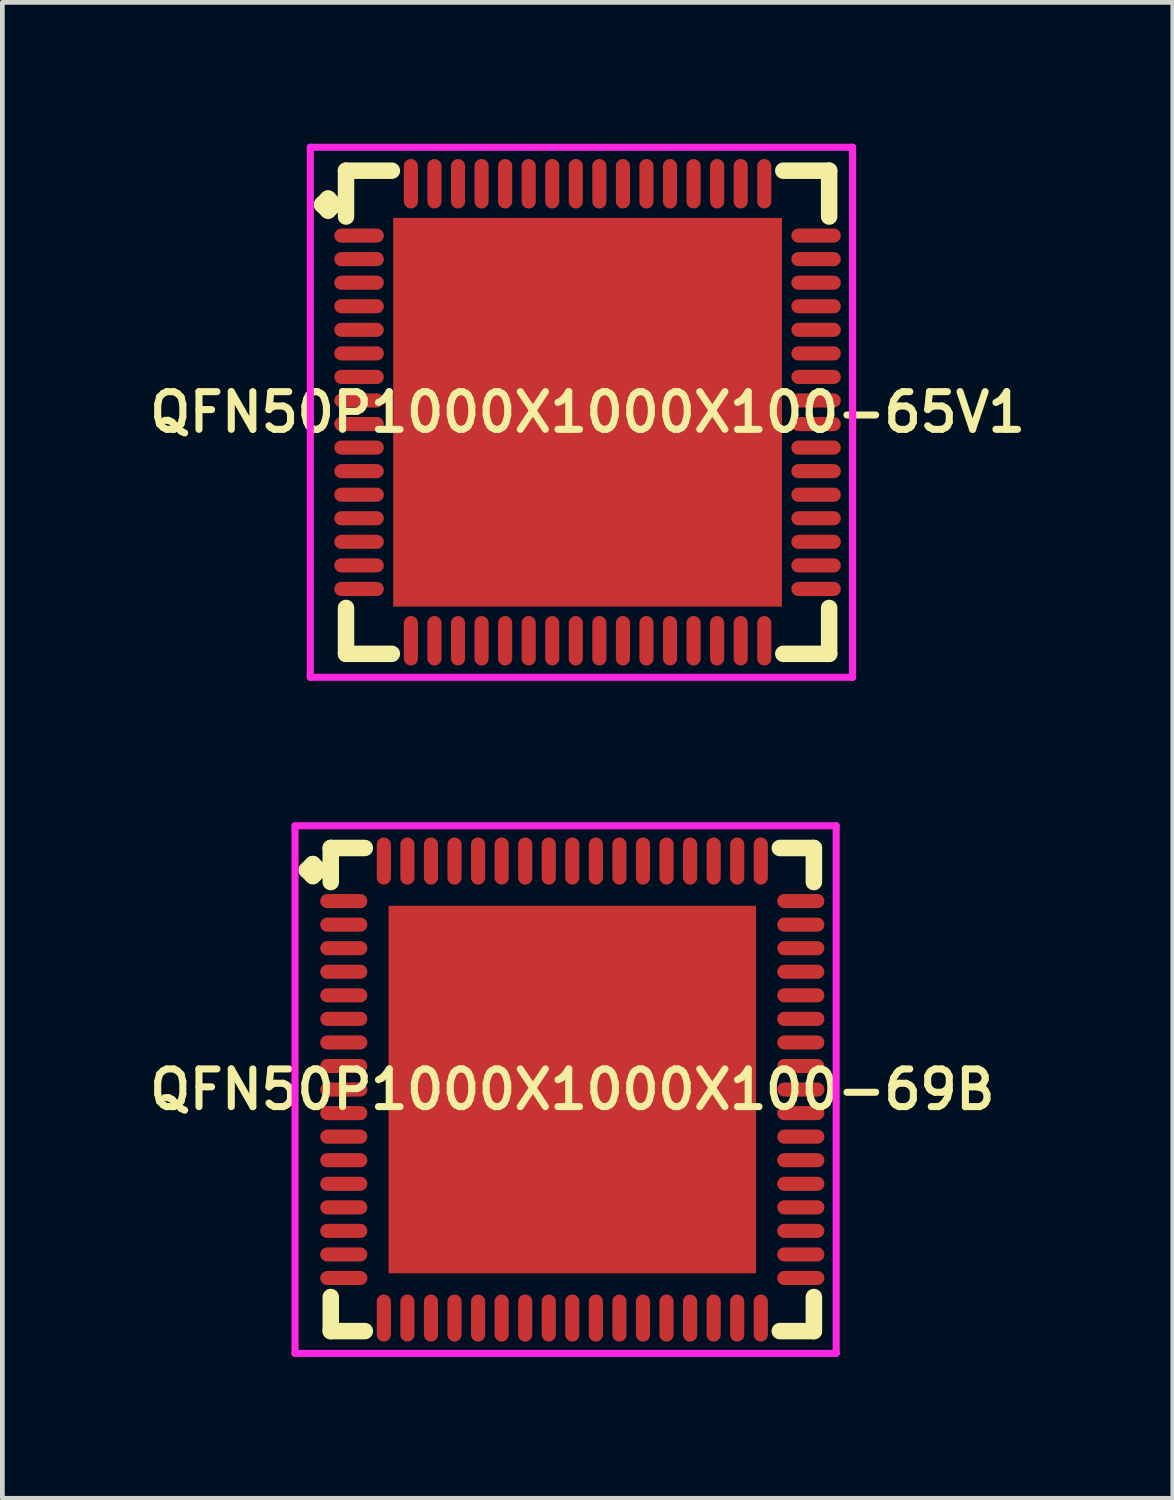
<source format=kicad_pcb>
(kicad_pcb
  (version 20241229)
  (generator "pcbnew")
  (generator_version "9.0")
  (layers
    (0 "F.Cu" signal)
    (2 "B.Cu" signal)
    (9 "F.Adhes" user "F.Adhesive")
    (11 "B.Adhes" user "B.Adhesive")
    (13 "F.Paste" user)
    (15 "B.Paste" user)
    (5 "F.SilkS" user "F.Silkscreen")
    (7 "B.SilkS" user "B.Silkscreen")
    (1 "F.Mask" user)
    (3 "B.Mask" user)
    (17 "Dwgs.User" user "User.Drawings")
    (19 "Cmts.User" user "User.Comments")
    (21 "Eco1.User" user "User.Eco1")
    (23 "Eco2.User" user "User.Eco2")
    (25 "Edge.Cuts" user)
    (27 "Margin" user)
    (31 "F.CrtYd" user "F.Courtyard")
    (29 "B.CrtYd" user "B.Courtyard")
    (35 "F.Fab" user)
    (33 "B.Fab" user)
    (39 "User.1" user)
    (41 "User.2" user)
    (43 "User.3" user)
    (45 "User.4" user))
  (footprint "QFN50P1000X1000X100-69B"
    (layer "F.Cu")
    (at 9.097 20.075)
    (property "Reference" "QFN50P1000X1000X100-69B" (at 0 0 0) (layer "F.SilkS") (effects (font (size 0.8 0.8) (thickness 0.15))))
    (attr through_hole)
    (fp_line (start -5.635 -4.658) (end -5.508 -4.785) (stroke (width 0.35) (type solid)) (layer "F.SilkS"))
    (fp_line (start -5.508 -4.785) (end -5.381 -4.658) (stroke (width 0.35) (type solid)) (layer "F.SilkS"))
    (fp_line (start -5.508 -4.531) (end -5.635 -4.658) (stroke (width 0.35) (type solid)) (layer "F.SilkS"))
    (fp_line (start -5.381 -4.658) (end -5.508 -4.531) (stroke (width 0.35) (type solid)) (layer "F.SilkS"))
    (fp_line (start -5.127 -5.127) (end -4.404 -5.127) (stroke (width 0.35) (type solid)) (layer "F.SilkS"))
    (fp_line (start -5.127 -4.404) (end -5.127 -5.127) (stroke (width 0.35) (type solid)) (layer "F.SilkS"))
    (fp_line (start -5.127 4.404) (end -5.127 5.127) (stroke (width 0.35) (type solid)) (layer "F.SilkS"))
    (fp_line (start -5.127 5.127) (end -4.404 5.127) (stroke (width 0.35) (type solid)) (layer "F.SilkS"))
    (fp_line (start 4.404 -5.127) (end 5.127 -5.127) (stroke (width 0.35) (type solid)) (layer "F.SilkS"))
    (fp_line (start 4.404 5.127) (end 5.127 5.127) (stroke (width 0.35) (type solid)) (layer "F.SilkS"))
    (fp_line (start 5.127 -5.127) (end 5.127 -4.404) (stroke (width 0.35) (type solid)) (layer "F.SilkS"))
    (fp_line (start 5.127 5.127) (end 5.127 4.404) (stroke (width 0.35) (type solid)) (layer "F.SilkS"))
    (fp_line (start -5.885 -5.6) (end 5.6 -5.6) (stroke (width 0.15) (type solid)) (layer "F.CrtYd"))
    (fp_line (start -5.885 5.6) (end -5.885 -5.6) (stroke (width 0.15) (type solid)) (layer "F.CrtYd"))
    (fp_line (start 5.6 -5.6) (end 5.6 5.6) (stroke (width 0.15) (type solid)) (layer "F.CrtYd"))
    (fp_line (start 5.6 5.6) (end -5.885 5.6) (stroke (width 0.15) (type solid)) (layer "F.CrtYd"))
    (pad "1" smd oval (at -4.85 -4) (size 1 0.3) (layers "F.Cu" "F.Mask" "F.Paste"))
    (pad "2" smd oval (at -4.85 -3.5) (size 1 0.3) (layers "F.Cu" "F.Mask" "F.Paste"))
    (pad "3" smd oval (at -4.85 -3) (size 1 0.3) (layers "F.Cu" "F.Mask" "F.Paste"))
    (pad "4" smd oval (at -4.85 -2.5) (size 1 0.3) (layers "F.Cu" "F.Mask" "F.Paste"))
    (pad "5" smd oval (at -4.85 -2) (size 1 0.3) (layers "F.Cu" "F.Mask" "F.Paste"))
    (pad "6" smd oval (at -4.85 -1.5) (size 1 0.3) (layers "F.Cu" "F.Mask" "F.Paste"))
    (pad "7" smd oval (at -4.85 -1) (size 1 0.3) (layers "F.Cu" "F.Mask" "F.Paste"))
    (pad "8" smd oval (at -4.85 -0.5) (size 1 0.3) (layers "F.Cu" "F.Mask" "F.Paste"))
    (pad "9" smd oval (at -4.85 0) (size 1 0.3) (layers "F.Cu" "F.Mask" "F.Paste"))
    (pad "10" smd oval (at -4.85 0.5) (size 1 0.3) (layers "F.Cu" "F.Mask" "F.Paste"))
    (pad "11" smd oval (at -4.85 1) (size 1 0.3) (layers "F.Cu" "F.Mask" "F.Paste"))
    (pad "12" smd oval (at -4.85 1.5) (size 1 0.3) (layers "F.Cu" "F.Mask" "F.Paste"))
    (pad "13" smd oval (at -4.85 2) (size 1 0.3) (layers "F.Cu" "F.Mask" "F.Paste"))
    (pad "14" smd oval (at -4.85 2.5) (size 1 0.3) (layers "F.Cu" "F.Mask" "F.Paste"))
    (pad "15" smd oval (at -4.85 3) (size 1 0.3) (layers "F.Cu" "F.Mask" "F.Paste"))
    (pad "16" smd oval (at -4.85 3.5) (size 1 0.3) (layers "F.Cu" "F.Mask" "F.Paste"))
    (pad "17" smd oval (at -4.85 4) (size 1 0.3) (layers "F.Cu" "F.Mask" "F.Paste"))
    (pad "18" smd oval (at -4 4.85) (size 0.3 1) (layers "F.Cu" "F.Mask" "F.Paste"))
    (pad "19" smd oval (at -3.5 4.85) (size 0.3 1) (layers "F.Cu" "F.Mask" "F.Paste"))
    (pad "20" smd oval (at -3 4.85) (size 0.3 1) (layers "F.Cu" "F.Mask" "F.Paste"))
    (pad "21" smd oval (at -2.5 4.85) (size 0.3 1) (layers "F.Cu" "F.Mask" "F.Paste"))
    (pad "22" smd oval (at -2 4.85) (size 0.3 1) (layers "F.Cu" "F.Mask" "F.Paste"))
    (pad "23" smd oval (at -1.5 4.85) (size 0.3 1) (layers "F.Cu" "F.Mask" "F.Paste"))
    (pad "24" smd oval (at -1 4.85) (size 0.3 1) (layers "F.Cu" "F.Mask" "F.Paste"))
    (pad "25" smd oval (at -0.5 4.85) (size 0.3 1) (layers "F.Cu" "F.Mask" "F.Paste"))
    (pad "26" smd oval (at 0 4.85) (size 0.3 1) (layers "F.Cu" "F.Mask" "F.Paste"))
    (pad "27" smd oval (at 0.5 4.85) (size 0.3 1) (layers "F.Cu" "F.Mask" "F.Paste"))
    (pad "28" smd oval (at 1 4.85) (size 0.3 1) (layers "F.Cu" "F.Mask" "F.Paste"))
    (pad "29" smd oval (at 1.5 4.85) (size 0.3 1) (layers "F.Cu" "F.Mask" "F.Paste"))
    (pad "30" smd oval (at 2 4.85) (size 0.3 1) (layers "F.Cu" "F.Mask" "F.Paste"))
    (pad "31" smd oval (at 2.5 4.85) (size 0.3 1) (layers "F.Cu" "F.Mask" "F.Paste"))
    (pad "32" smd oval (at 3 4.85) (size 0.3 1) (layers "F.Cu" "F.Mask" "F.Paste"))
    (pad "33" smd oval (at 3.5 4.85) (size 0.3 1) (layers "F.Cu" "F.Mask" "F.Paste"))
    (pad "34" smd oval (at 4 4.85) (size 0.3 1) (layers "F.Cu" "F.Mask" "F.Paste"))
    (pad "35" smd oval (at 4.85 4) (size 1 0.3) (layers "F.Cu" "F.Mask" "F.Paste"))
    (pad "36" smd oval (at 4.85 3.5) (size 1 0.3) (layers "F.Cu" "F.Mask" "F.Paste"))
    (pad "37" smd oval (at 4.85 3) (size 1 0.3) (layers "F.Cu" "F.Mask" "F.Paste"))
    (pad "38" smd oval (at 4.85 2.5) (size 1 0.3) (layers "F.Cu" "F.Mask" "F.Paste"))
    (pad "39" smd oval (at 4.85 2) (size 1 0.3) (layers "F.Cu" "F.Mask" "F.Paste"))
    (pad "40" smd oval (at 4.85 1.5) (size 1 0.3) (layers "F.Cu" "F.Mask" "F.Paste"))
    (pad "41" smd oval (at 4.85 1) (size 1 0.3) (layers "F.Cu" "F.Mask" "F.Paste"))
    (pad "42" smd oval (at 4.85 0.5) (size 1 0.3) (layers "F.Cu" "F.Mask" "F.Paste"))
    (pad "43" smd oval (at 4.85 0) (size 1 0.3) (layers "F.Cu" "F.Mask" "F.Paste"))
    (pad "44" smd oval (at 4.85 -0.5) (size 1 0.3) (layers "F.Cu" "F.Mask" "F.Paste"))
    (pad "45" smd oval (at 4.85 -1) (size 1 0.3) (layers "F.Cu" "F.Mask" "F.Paste"))
    (pad "46" smd oval (at 4.85 -1.5) (size 1 0.3) (layers "F.Cu" "F.Mask" "F.Paste"))
    (pad "47" smd oval (at 4.85 -2) (size 1 0.3) (layers "F.Cu" "F.Mask" "F.Paste"))
    (pad "48" smd oval (at 4.85 -2.5) (size 1 0.3) (layers "F.Cu" "F.Mask" "F.Paste"))
    (pad "49" smd oval (at 4.85 -3) (size 1 0.3) (layers "F.Cu" "F.Mask" "F.Paste"))
    (pad "50" smd oval (at 4.85 -3.5) (size 1 0.3) (layers "F.Cu" "F.Mask" "F.Paste"))
    (pad "51" smd oval (at 4.85 -4) (size 1 0.3) (layers "F.Cu" "F.Mask" "F.Paste"))
    (pad "52" smd oval (at 4 -4.85) (size 0.3 1) (layers "F.Cu" "F.Mask" "F.Paste"))
    (pad "53" smd oval (at 3.5 -4.85) (size 0.3 1) (layers "F.Cu" "F.Mask" "F.Paste"))
    (pad "54" smd oval (at 3 -4.85) (size 0.3 1) (layers "F.Cu" "F.Mask" "F.Paste"))
    (pad "55" smd oval (at 2.5 -4.85) (size 0.3 1) (layers "F.Cu" "F.Mask" "F.Paste"))
    (pad "56" smd oval (at 2 -4.85) (size 0.3 1) (layers "F.Cu" "F.Mask" "F.Paste"))
    (pad "57" smd oval (at 1.5 -4.85) (size 0.3 1) (layers "F.Cu" "F.Mask" "F.Paste"))
    (pad "58" smd oval (at 1 -4.85) (size 0.3 1) (layers "F.Cu" "F.Mask" "F.Paste"))
    (pad "59" smd oval (at 0.5 -4.85) (size 0.3 1) (layers "F.Cu" "F.Mask" "F.Paste"))
    (pad "60" smd oval (at 0 -4.85) (size 0.3 1) (layers "F.Cu" "F.Mask" "F.Paste"))
    (pad "61" smd oval (at -0.5 -4.85) (size 0.3 1) (layers "F.Cu" "F.Mask" "F.Paste"))
    (pad "62" smd oval (at -1 -4.85) (size 0.3 1) (layers "F.Cu" "F.Mask" "F.Paste"))
    (pad "63" smd oval (at -1.5 -4.85) (size 0.3 1) (layers "F.Cu" "F.Mask" "F.Paste"))
    (pad "64" smd oval (at -2 -4.85) (size 0.3 1) (layers "F.Cu" "F.Mask" "F.Paste"))
    (pad "65" smd oval (at -2.5 -4.85) (size 0.3 1) (layers "F.Cu" "F.Mask" "F.Paste"))
    (pad "66" smd oval (at -3 -4.85) (size 0.3 1) (layers "F.Cu" "F.Mask" "F.Paste"))
    (pad "67" smd oval (at -3.5 -4.85) (size 0.3 1) (layers "F.Cu" "F.Mask" "F.Paste"))
    (pad "68" smd oval (at -4 -4.85) (size 0.3 1) (layers "F.Cu" "F.Mask" "F.Paste"))
    (pad "69" smd rect (at 0 0) (size 7.8 7.8) (layers "F.Cu" "F.Mask" "F.Paste")))
  (footprint "QFN50P1000X1000X100-65V1"
    (layer "F.Cu")
    (at 9.421 5.7)
    (property "Reference" "QFN50P1000X1000X100-65V1" (at 0 0 0) (layer "F.SilkS") (effects (font (size 0.8 0.8) (thickness 0.15))))
    (attr through_hole)
    (fp_line (start -5.635 -4.408) (end -5.508 -4.535) (stroke (width 0.35) (type solid)) (layer "F.SilkS"))
    (fp_line (start -5.508 -4.535) (end -5.381 -4.408) (stroke (width 0.35) (type solid)) (layer "F.SilkS"))
    (fp_line (start -5.508 -4.281) (end -5.635 -4.408) (stroke (width 0.35) (type solid)) (layer "F.SilkS"))
    (fp_line (start -5.381 -4.408) (end -5.508 -4.281) (stroke (width 0.35) (type solid)) (layer "F.SilkS"))
    (fp_line (start -5.127 -5.127) (end -4.154 -5.127) (stroke (width 0.35) (type solid)) (layer "F.SilkS"))
    (fp_line (start -5.127 -4.154) (end -5.127 -5.127) (stroke (width 0.35) (type solid)) (layer "F.SilkS"))
    (fp_line (start -5.127 4.154) (end -5.127 5.127) (stroke (width 0.35) (type solid)) (layer "F.SilkS"))
    (fp_line (start -5.127 5.127) (end -4.154 5.127) (stroke (width 0.35) (type solid)) (layer "F.SilkS"))
    (fp_line (start 4.154 -5.127) (end 5.127 -5.127) (stroke (width 0.35) (type solid)) (layer "F.SilkS"))
    (fp_line (start 4.154 5.127) (end 5.127 5.127) (stroke (width 0.35) (type solid)) (layer "F.SilkS"))
    (fp_line (start 5.127 -5.127) (end 5.127 -4.154) (stroke (width 0.35) (type solid)) (layer "F.SilkS"))
    (fp_line (start 5.127 5.127) (end 5.127 4.154) (stroke (width 0.35) (type solid)) (layer "F.SilkS"))
    (fp_line (start -5.885 -5.625) (end 5.625 -5.625) (stroke (width 0.15) (type solid)) (layer "F.CrtYd"))
    (fp_line (start -5.885 5.625) (end -5.885 -5.625) (stroke (width 0.15) (type solid)) (layer "F.CrtYd"))
    (fp_line (start 5.625 -5.625) (end 5.625 5.625) (stroke (width 0.15) (type solid)) (layer "F.CrtYd"))
    (fp_line (start 5.625 5.625) (end -5.885 5.625) (stroke (width 0.15) (type solid)) (layer "F.CrtYd"))
    (pad "1" smd oval (at -4.85 -3.75) (size 1.05 0.3) (layers "F.Cu" "F.Mask" "F.Paste"))
    (pad "2" smd oval (at -4.85 -3.25) (size 1.05 0.3) (layers "F.Cu" "F.Mask" "F.Paste"))
    (pad "3" smd oval (at -4.85 -2.75) (size 1.05 0.3) (layers "F.Cu" "F.Mask" "F.Paste"))
    (pad "4" smd oval (at -4.85 -2.25) (size 1.05 0.3) (layers "F.Cu" "F.Mask" "F.Paste"))
    (pad "5" smd oval (at -4.85 -1.75) (size 1.05 0.3) (layers "F.Cu" "F.Mask" "F.Paste"))
    (pad "6" smd oval (at -4.85 -1.25) (size 1.05 0.3) (layers "F.Cu" "F.Mask" "F.Paste"))
    (pad "7" smd oval (at -4.85 -0.75) (size 1.05 0.3) (layers "F.Cu" "F.Mask" "F.Paste"))
    (pad "8" smd oval (at -4.85 -0.25) (size 1.05 0.3) (layers "F.Cu" "F.Mask" "F.Paste"))
    (pad "9" smd oval (at -4.85 0.25) (size 1.05 0.3) (layers "F.Cu" "F.Mask" "F.Paste"))
    (pad "10" smd oval (at -4.85 0.75) (size 1.05 0.3) (layers "F.Cu" "F.Mask" "F.Paste"))
    (pad "11" smd oval (at -4.85 1.25) (size 1.05 0.3) (layers "F.Cu" "F.Mask" "F.Paste"))
    (pad "12" smd oval (at -4.85 1.75) (size 1.05 0.3) (layers "F.Cu" "F.Mask" "F.Paste"))
    (pad "13" smd oval (at -4.85 2.25) (size 1.05 0.3) (layers "F.Cu" "F.Mask" "F.Paste"))
    (pad "14" smd oval (at -4.85 2.75) (size 1.05 0.3) (layers "F.Cu" "F.Mask" "F.Paste"))
    (pad "15" smd oval (at -4.85 3.25) (size 1.05 0.3) (layers "F.Cu" "F.Mask" "F.Paste"))
    (pad "16" smd oval (at -4.85 3.75) (size 1.05 0.3) (layers "F.Cu" "F.Mask" "F.Paste"))
    (pad "17" smd oval (at -3.75 4.85) (size 0.3 1.05) (layers "F.Cu" "F.Mask" "F.Paste"))
    (pad "18" smd oval (at -3.25 4.85) (size 0.3 1.05) (layers "F.Cu" "F.Mask" "F.Paste"))
    (pad "19" smd oval (at -2.75 4.85) (size 0.3 1.05) (layers "F.Cu" "F.Mask" "F.Paste"))
    (pad "20" smd oval (at -2.25 4.85) (size 0.3 1.05) (layers "F.Cu" "F.Mask" "F.Paste"))
    (pad "21" smd oval (at -1.75 4.85) (size 0.3 1.05) (layers "F.Cu" "F.Mask" "F.Paste"))
    (pad "22" smd oval (at -1.25 4.85) (size 0.3 1.05) (layers "F.Cu" "F.Mask" "F.Paste"))
    (pad "23" smd oval (at -0.75 4.85) (size 0.3 1.05) (layers "F.Cu" "F.Mask" "F.Paste"))
    (pad "24" smd oval (at -0.25 4.85) (size 0.3 1.05) (layers "F.Cu" "F.Mask" "F.Paste"))
    (pad "25" smd oval (at 0.25 4.85) (size 0.3 1.05) (layers "F.Cu" "F.Mask" "F.Paste"))
    (pad "26" smd oval (at 0.75 4.85) (size 0.3 1.05) (layers "F.Cu" "F.Mask" "F.Paste"))
    (pad "27" smd oval (at 1.25 4.85) (size 0.3 1.05) (layers "F.Cu" "F.Mask" "F.Paste"))
    (pad "28" smd oval (at 1.75 4.85) (size 0.3 1.05) (layers "F.Cu" "F.Mask" "F.Paste"))
    (pad "29" smd oval (at 2.25 4.85) (size 0.3 1.05) (layers "F.Cu" "F.Mask" "F.Paste"))
    (pad "30" smd oval (at 2.75 4.85) (size 0.3 1.05) (layers "F.Cu" "F.Mask" "F.Paste"))
    (pad "31" smd oval (at 3.25 4.85) (size 0.3 1.05) (layers "F.Cu" "F.Mask" "F.Paste"))
    (pad "32" smd oval (at 3.75 4.85) (size 0.3 1.05) (layers "F.Cu" "F.Mask" "F.Paste"))
    (pad "33" smd oval (at 4.85 3.75) (size 1.05 0.3) (layers "F.Cu" "F.Mask" "F.Paste"))
    (pad "34" smd oval (at 4.85 3.25) (size 1.05 0.3) (layers "F.Cu" "F.Mask" "F.Paste"))
    (pad "35" smd oval (at 4.85 2.75) (size 1.05 0.3) (layers "F.Cu" "F.Mask" "F.Paste"))
    (pad "36" smd oval (at 4.85 2.25) (size 1.05 0.3) (layers "F.Cu" "F.Mask" "F.Paste"))
    (pad "37" smd oval (at 4.85 1.75) (size 1.05 0.3) (layers "F.Cu" "F.Mask" "F.Paste"))
    (pad "38" smd oval (at 4.85 1.25) (size 1.05 0.3) (layers "F.Cu" "F.Mask" "F.Paste"))
    (pad "39" smd oval (at 4.85 0.75) (size 1.05 0.3) (layers "F.Cu" "F.Mask" "F.Paste"))
    (pad "40" smd oval (at 4.85 0.25) (size 1.05 0.3) (layers "F.Cu" "F.Mask" "F.Paste"))
    (pad "41" smd oval (at 4.85 -0.25) (size 1.05 0.3) (layers "F.Cu" "F.Mask" "F.Paste"))
    (pad "42" smd oval (at 4.85 -0.75) (size 1.05 0.3) (layers "F.Cu" "F.Mask" "F.Paste"))
    (pad "43" smd oval (at 4.85 -1.25) (size 1.05 0.3) (layers "F.Cu" "F.Mask" "F.Paste"))
    (pad "44" smd oval (at 4.85 -1.75) (size 1.05 0.3) (layers "F.Cu" "F.Mask" "F.Paste"))
    (pad "45" smd oval (at 4.85 -2.25) (size 1.05 0.3) (layers "F.Cu" "F.Mask" "F.Paste"))
    (pad "46" smd oval (at 4.85 -2.75) (size 1.05 0.3) (layers "F.Cu" "F.Mask" "F.Paste"))
    (pad "47" smd oval (at 4.85 -3.25) (size 1.05 0.3) (layers "F.Cu" "F.Mask" "F.Paste"))
    (pad "48" smd oval (at 4.85 -3.75) (size 1.05 0.3) (layers "F.Cu" "F.Mask" "F.Paste"))
    (pad "49" smd oval (at 3.75 -4.85) (size 0.3 1.05) (layers "F.Cu" "F.Mask" "F.Paste"))
    (pad "50" smd oval (at 3.25 -4.85) (size 0.3 1.05) (layers "F.Cu" "F.Mask" "F.Paste"))
    (pad "51" smd oval (at 2.75 -4.85) (size 0.3 1.05) (layers "F.Cu" "F.Mask" "F.Paste"))
    (pad "52" smd oval (at 2.25 -4.85) (size 0.3 1.05) (layers "F.Cu" "F.Mask" "F.Paste"))
    (pad "53" smd oval (at 1.75 -4.85) (size 0.3 1.05) (layers "F.Cu" "F.Mask" "F.Paste"))
    (pad "54" smd oval (at 1.25 -4.85) (size 0.3 1.05) (layers "F.Cu" "F.Mask" "F.Paste"))
    (pad "55" smd oval (at 0.75 -4.85) (size 0.3 1.05) (layers "F.Cu" "F.Mask" "F.Paste"))
    (pad "56" smd oval (at 0.25 -4.85) (size 0.3 1.05) (layers "F.Cu" "F.Mask" "F.Paste"))
    (pad "57" smd oval (at -0.25 -4.85) (size 0.3 1.05) (layers "F.Cu" "F.Mask" "F.Paste"))
    (pad "58" smd oval (at -0.75 -4.85) (size 0.3 1.05) (layers "F.Cu" "F.Mask" "F.Paste"))
    (pad "59" smd oval (at -1.25 -4.85) (size 0.3 1.05) (layers "F.Cu" "F.Mask" "F.Paste"))
    (pad "60" smd oval (at -1.75 -4.85) (size 0.3 1.05) (layers "F.Cu" "F.Mask" "F.Paste"))
    (pad "61" smd oval (at -2.25 -4.85) (size 0.3 1.05) (layers "F.Cu" "F.Mask" "F.Paste"))
    (pad "62" smd oval (at -2.75 -4.85) (size 0.3 1.05) (layers "F.Cu" "F.Mask" "F.Paste"))
    (pad "63" smd oval (at -3.25 -4.85) (size 0.3 1.05) (layers "F.Cu" "F.Mask" "F.Paste"))
    (pad "64" smd oval (at -3.75 -4.85) (size 0.3 1.05) (layers "F.Cu" "F.Mask" "F.Paste"))
    (pad "65" smd rect (at 0 0) (size 8.25 8.25) (layers "F.Cu" "F.Mask" "F.Paste")))
  (gr_rect
    (start -3 -3)
    (end 21.842 28.75)
    (stroke (width 0.1) (type default))
    (fill no)
    (layer "Edge.Cuts")))
</source>
